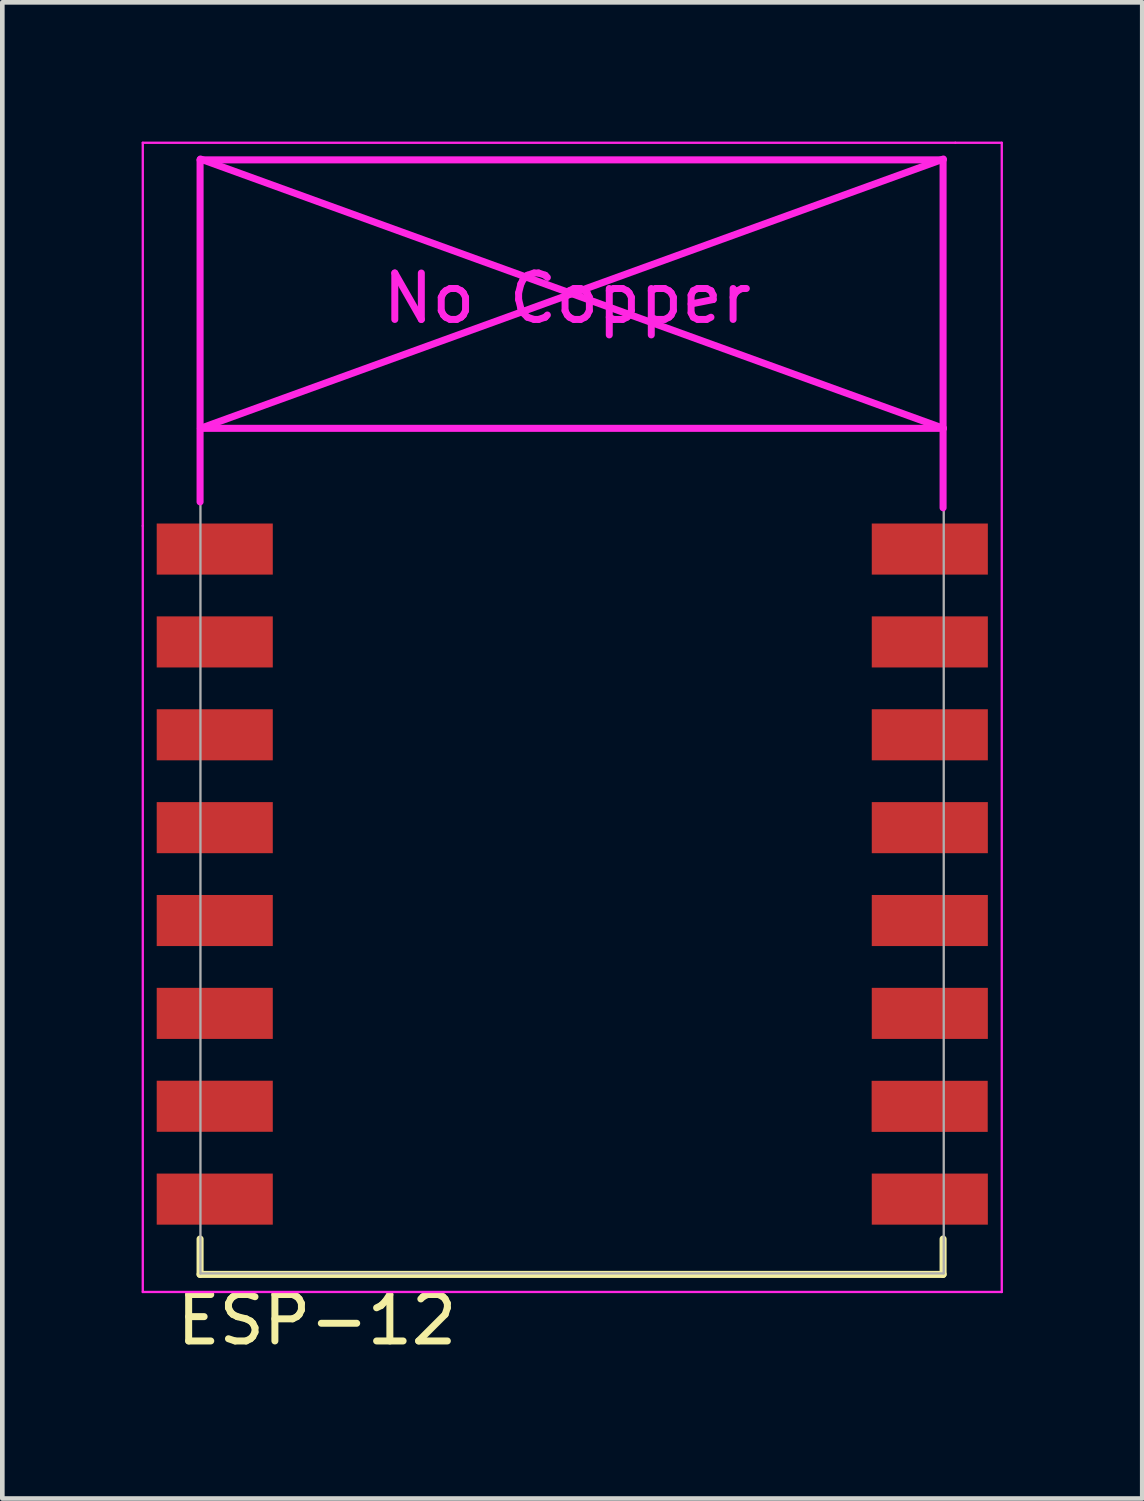
<source format=kicad_pcb>
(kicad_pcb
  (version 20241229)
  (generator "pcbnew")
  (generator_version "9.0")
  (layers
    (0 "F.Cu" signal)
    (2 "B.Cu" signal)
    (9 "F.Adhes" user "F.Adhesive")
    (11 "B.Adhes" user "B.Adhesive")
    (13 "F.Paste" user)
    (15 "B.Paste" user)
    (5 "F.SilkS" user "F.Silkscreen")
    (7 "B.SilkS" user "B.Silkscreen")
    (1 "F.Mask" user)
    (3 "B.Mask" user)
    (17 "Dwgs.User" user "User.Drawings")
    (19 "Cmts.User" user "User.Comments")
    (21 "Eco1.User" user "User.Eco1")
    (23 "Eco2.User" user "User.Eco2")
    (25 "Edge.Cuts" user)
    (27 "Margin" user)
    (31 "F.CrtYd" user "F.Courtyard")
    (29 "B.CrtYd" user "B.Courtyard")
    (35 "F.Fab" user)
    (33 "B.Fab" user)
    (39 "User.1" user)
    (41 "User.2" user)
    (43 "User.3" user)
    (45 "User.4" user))
  (footprint "ESP-12"
    (layer "F.Cu")
    (at 2.275 8.775)
    (property "Reference" "ESP-12" (at 1.5 16.6 0) (layer "F.SilkS") (effects (font (size 1 1) (thickness 0.15))))
    (attr through_hole)
    (fp_line (start -1.016 14.859) (end -1.016 15.621) (stroke (width 0.152) (type solid)) (layer "F.SilkS"))
    (fp_line (start -1.016 15.621) (end 14.986 15.621) (stroke (width 0.152) (type solid)) (layer "F.SilkS"))
    (fp_line (start 14.986 15.621) (end 14.986 14.859) (stroke (width 0.152) (type solid)) (layer "F.SilkS"))
    (fp_line (start -2.25 -8.75) (end 15.25 -8.75) (stroke (width 0.05) (type solid)) (layer "F.CrtYd"))
    (fp_line (start -2.25 -0.5) (end -2.25 -8.75) (stroke (width 0.05) (type solid)) (layer "F.CrtYd"))
    (fp_line (start -2.25 16) (end -2.25 -0.5) (stroke (width 0.05) (type solid)) (layer "F.CrtYd"))
    (fp_line (start -1.016 -8.382) (end -1.016 -1.016) (stroke (width 0.152) (type solid)) (layer "F.CrtYd"))
    (fp_line (start -1.016 -8.382) (end 14.986 -8.382) (stroke (width 0.152) (type solid)) (layer "F.CrtYd"))
    (fp_line (start -1.008 -8.4) (end 14.992 -2.6) (stroke (width 0.152) (type solid)) (layer "F.CrtYd"))
    (fp_line (start -1.008 -2.6) (end 14.992 -2.6) (stroke (width 0.152) (type solid)) (layer "F.CrtYd"))
    (fp_line (start 14.986 -8.382) (end 14.986 -0.889) (stroke (width 0.152) (type solid)) (layer "F.CrtYd"))
    (fp_line (start 14.992 -8.4) (end -1.008 -2.6) (stroke (width 0.152) (type solid)) (layer "F.CrtYd"))
    (fp_line (start 15.25 -8.75) (end 16.25 -8.75) (stroke (width 0.05) (type solid)) (layer "F.CrtYd"))
    (fp_line (start 16.25 -8.75) (end 16.25 16) (stroke (width 0.05) (type solid)) (layer "F.CrtYd"))
    (fp_line (start 16.25 16) (end -2.25 16) (stroke (width 0.05) (type solid)) (layer "F.CrtYd"))
    (fp_line (start -1.008 -8.4) (end 14.992 -8.4) (stroke (width 0.05) (type solid)) (layer "F.Fab"))
    (fp_line (start -1.008 15.6) (end -1.008 -8.4) (stroke (width 0.05) (type solid)) (layer "F.Fab"))
    (fp_line (start 14.992 15.6) (end -1.008 15.6) (stroke (width 0.05) (type solid)) (layer "F.Fab"))
    (fp_line (start 15 -8.4) (end 15 15.6) (stroke (width 0.05) (type solid)) (layer "F.Fab"))
    (fp_text user "No Copper" (at 6.892 -5.4 0) (layer "F.CrtYd") (effects (font (size 1 1) (thickness 0.15))))
    (pad "1" smd rect (at 0 0) (size 2.5 1.1) (drill (offset -0.7 0)) (layers "F.Cu" "F.Mask" "F.Paste"))
    (pad "2" smd rect (at 0 2) (size 2.5 1.1) (drill (offset -0.7 0)) (layers "F.Cu" "F.Mask" "F.Paste"))
    (pad "3" smd rect (at 0 4) (size 2.5 1.1) (drill (offset -0.7 0)) (layers "F.Cu" "F.Mask" "F.Paste"))
    (pad "4" smd rect (at 0 6) (size 2.5 1.1) (drill (offset -0.7 0)) (layers "F.Cu" "F.Mask" "F.Paste"))
    (pad "5" smd rect (at 0 8) (size 2.5 1.1) (drill (offset -0.7 0)) (layers "F.Cu" "F.Mask" "F.Paste"))
    (pad "6" smd rect (at 0 10) (size 2.5 1.1) (drill (offset -0.7 0)) (layers "F.Cu" "F.Mask" "F.Paste"))
    (pad "7" smd rect (at 0 12) (size 2.5 1.1) (drill (offset -0.7 0)) (layers "F.Cu" "F.Mask" "F.Paste"))
    (pad "8" smd rect (at 0 14) (size 2.5 1.1) (drill (offset -0.7 0)) (layers "F.Cu" "F.Mask" "F.Paste"))
    (pad "9" smd rect (at 14 14) (size 2.5 1.1) (drill (offset 0.7 0)) (layers "F.Cu" "F.Mask" "F.Paste"))
    (pad "10" smd rect (at 14.097 12.002) (size 2.5 1.1) (drill (offset 0.6 0)) (layers "F.Cu" "F.Mask" "F.Paste"))
    (pad "11" smd rect (at 14 10) (size 2.5 1.1) (drill (offset 0.7 0)) (layers "F.Cu" "F.Mask" "F.Paste"))
    (pad "12" smd rect (at 14 8) (size 2.5 1.1) (drill (offset 0.7 0)) (layers "F.Cu" "F.Mask" "F.Paste"))
    (pad "13" smd rect (at 14 6) (size 2.5 1.1) (drill (offset 0.7 0)) (layers "F.Cu" "F.Mask" "F.Paste"))
    (pad "14" smd rect (at 14 4) (size 2.5 1.1) (drill (offset 0.7 0)) (layers "F.Cu" "F.Mask" "F.Paste"))
    (pad "15" smd rect (at 14 2) (size 2.5 1.1) (drill (offset 0.7 0)) (layers "F.Cu" "F.Mask" "F.Paste"))
    (pad "16" smd rect (at 14 0) (size 2.5 1.1) (drill (offset 0.7 0)) (layers "F.Cu" "F.Mask" "F.Paste")))
  (gr_rect
    (start -3 -3)
    (end 21.55 29.223)
    (stroke (width 0.1) (type default))
    (fill no)
    (layer "Edge.Cuts")))
</source>
